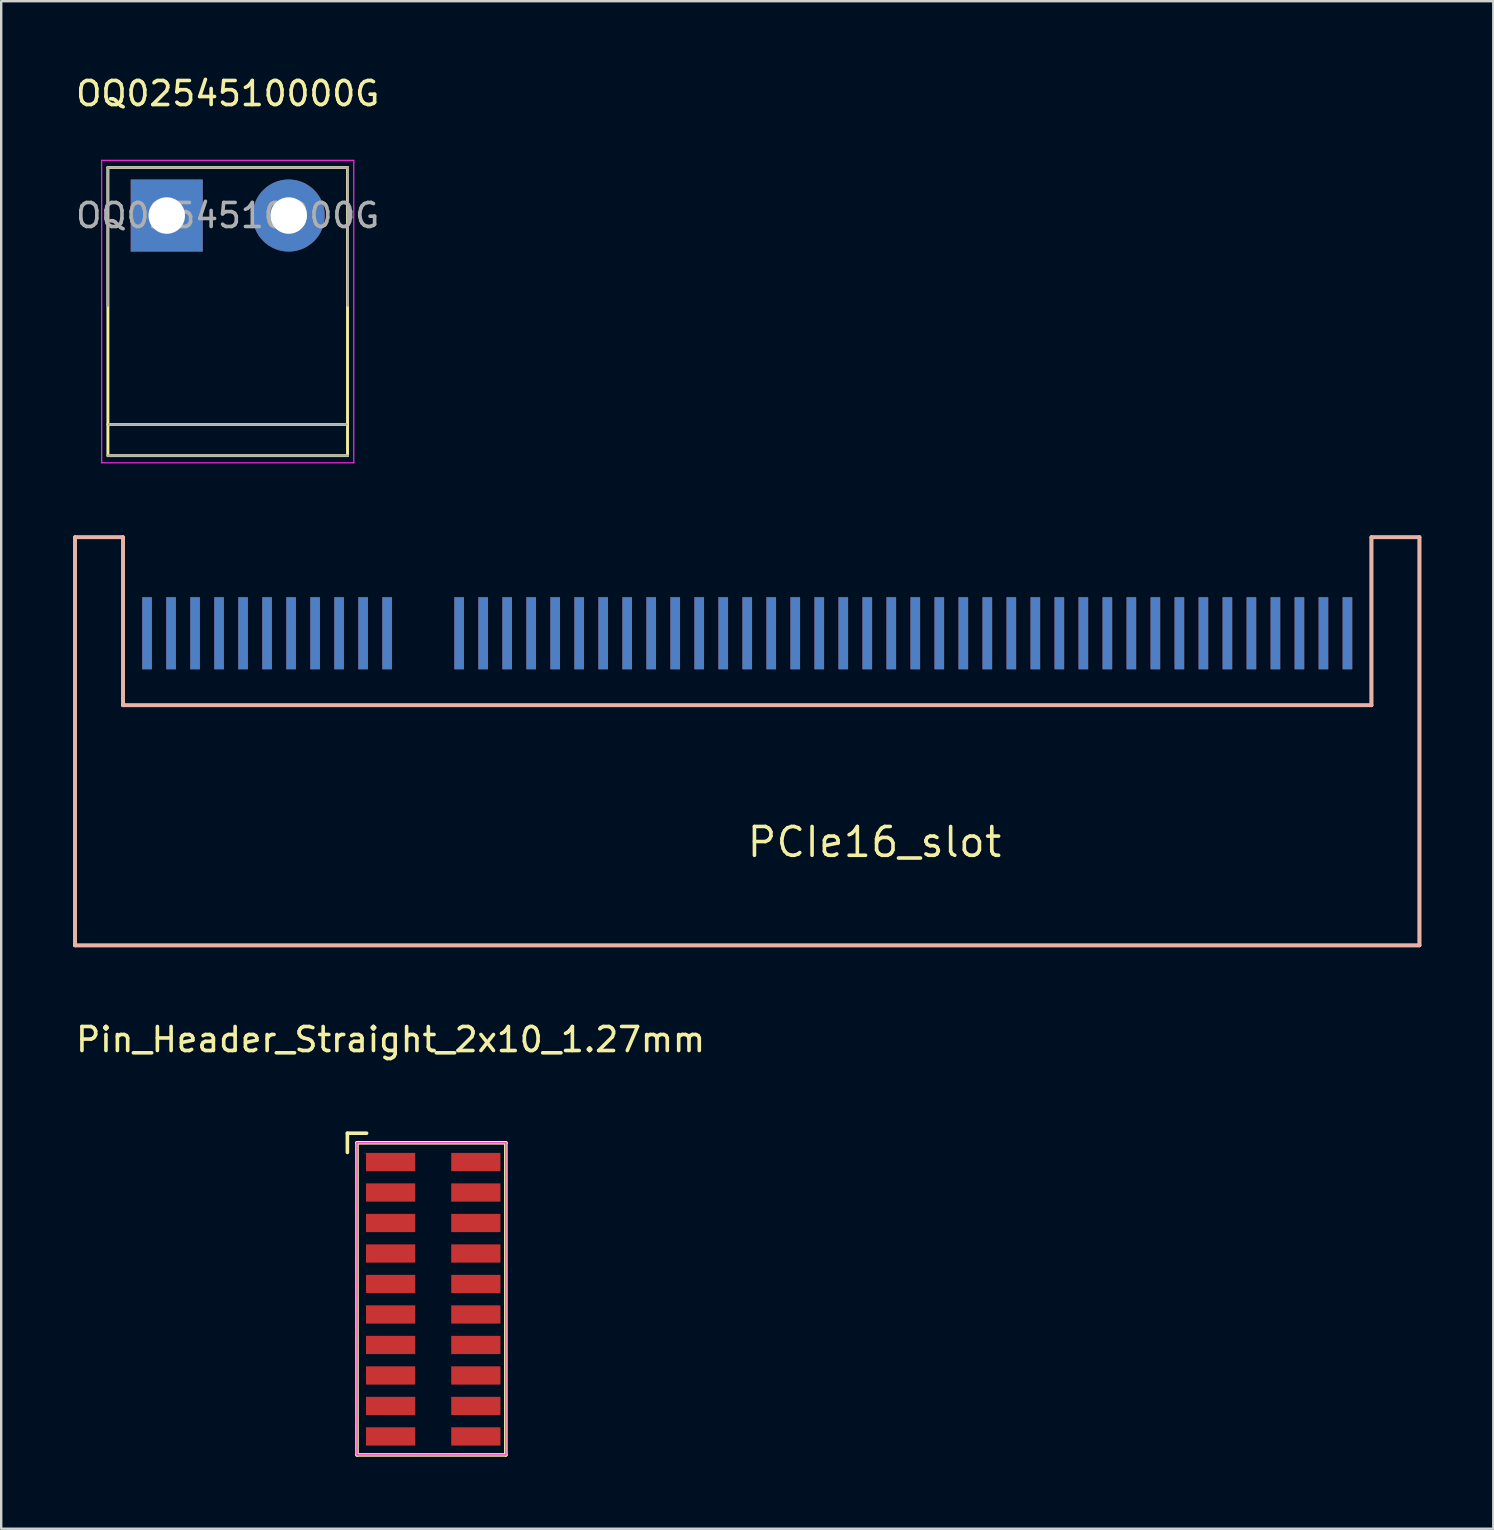
<source format=kicad_pcb>
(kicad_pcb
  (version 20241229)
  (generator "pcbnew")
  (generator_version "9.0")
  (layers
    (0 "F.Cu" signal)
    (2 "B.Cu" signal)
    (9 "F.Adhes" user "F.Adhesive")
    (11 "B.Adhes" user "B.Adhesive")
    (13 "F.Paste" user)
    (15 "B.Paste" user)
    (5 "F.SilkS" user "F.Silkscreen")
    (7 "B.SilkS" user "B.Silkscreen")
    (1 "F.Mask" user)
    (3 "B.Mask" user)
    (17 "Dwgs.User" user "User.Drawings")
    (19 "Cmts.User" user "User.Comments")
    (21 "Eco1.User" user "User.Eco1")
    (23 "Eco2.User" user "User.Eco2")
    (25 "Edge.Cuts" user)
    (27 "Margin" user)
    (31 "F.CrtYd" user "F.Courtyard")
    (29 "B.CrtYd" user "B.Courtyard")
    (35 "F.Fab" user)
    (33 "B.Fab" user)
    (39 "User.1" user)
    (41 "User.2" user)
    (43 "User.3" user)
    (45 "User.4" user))
  (footprint "PCIe16_slot"
    (layer "F.Cu")
    (at 28.075 26.328)
    (property "Reference" "PCIe16_slot" (at 5.3 5.7 0) (layer "F.SilkS") (effects (font (size 1.2 1.2) (thickness 0.15))))
    (attr through_hole)
    (fp_line (start -28 -7) (end -28 10) (stroke (width 0.15) (type solid)) (layer "F.SilkS"))
    (fp_line (start -28 10) (end 28 10) (stroke (width 0.15) (type solid)) (layer "F.SilkS"))
    (fp_line (start -26 -7) (end -28 -7) (stroke (width 0.15) (type solid)) (layer "F.SilkS"))
    (fp_line (start -26 0) (end -26 -7) (stroke (width 0.15) (type solid)) (layer "F.SilkS"))
    (fp_line (start -26 0) (end 26 0) (stroke (width 0.15) (type solid)) (layer "F.SilkS"))
    (fp_line (start 26 -7) (end 26 0) (stroke (width 0.15) (type solid)) (layer "F.SilkS"))
    (fp_line (start 28 -7) (end 26 -7) (stroke (width 0.15) (type solid)) (layer "F.SilkS"))
    (fp_line (start 28 10) (end 28 -7) (stroke (width 0.15) (type solid)) (layer "F.SilkS"))
    (fp_line (start -28 10) (end -28 -7) (stroke (width 0.15) (type solid)) (layer "B.SilkS"))
    (fp_line (start -28 10) (end 28 10) (stroke (width 0.15) (type solid)) (layer "B.SilkS"))
    (fp_line (start -26 -7) (end -28 -7) (stroke (width 0.15) (type solid)) (layer "B.SilkS"))
    (fp_line (start -26 -7) (end -26 0) (stroke (width 0.15) (type solid)) (layer "B.SilkS"))
    (fp_line (start -26 0) (end 26 0) (stroke (width 0.15) (type solid)) (layer "B.SilkS"))
    (fp_line (start 26 0) (end 26 -7) (stroke (width 0.15) (type solid)) (layer "B.SilkS"))
    (fp_line (start 28 -7) (end 26 -7) (stroke (width 0.15) (type solid)) (layer "B.SilkS"))
    (fp_line (start 28 -7) (end 28 10) (stroke (width 0.15) (type solid)) (layer "B.SilkS"))
    (pad "A1" smd rect (at -25 -3) (size 0.4 3) (layers "F.Cu" "F.Mask" "F.Paste"))
    (pad "A2" smd rect (at -24 -3) (size 0.4 3) (layers "F.Cu" "F.Mask" "F.Paste"))
    (pad "A3" smd rect (at -23 -3) (size 0.4 3) (layers "F.Cu" "F.Mask" "F.Paste"))
    (pad "A4" smd rect (at -22 -3) (size 0.4 3) (layers "F.Cu" "F.Mask" "F.Paste"))
    (pad "A5" smd rect (at -21 -3) (size 0.4 3) (layers "F.Cu" "F.Mask" "F.Paste"))
    (pad "A6" smd rect (at -20 -3) (size 0.4 3) (layers "F.Cu" "F.Mask" "F.Paste"))
    (pad "A7" smd rect (at -19 -3) (size 0.4 3) (layers "F.Cu" "F.Mask" "F.Paste"))
    (pad "A8" smd rect (at -18 -3) (size 0.4 3) (layers "F.Cu" "F.Mask" "F.Paste"))
    (pad "A9" smd rect (at -17 -3) (size 0.4 3) (layers "F.Cu" "F.Mask" "F.Paste"))
    (pad "A10" smd rect (at -16 -3) (size 0.4 3) (layers "F.Cu" "F.Mask" "F.Paste"))
    (pad "A11" smd rect (at -15 -3) (size 0.4 3) (layers "F.Cu" "F.Mask" "F.Paste"))
    (pad "A12" smd rect (at -12 -3) (size 0.4 3) (layers "F.Cu" "F.Mask" "F.Paste"))
    (pad "A13" smd rect (at -11 -3) (size 0.4 3) (layers "F.Cu" "F.Mask" "F.Paste"))
    (pad "A14" smd rect (at -10 -3) (size 0.4 3) (layers "F.Cu" "F.Mask" "F.Paste"))
    (pad "A15" smd rect (at -9 -3) (size 0.4 3) (layers "F.Cu" "F.Mask" "F.Paste"))
    (pad "A16" smd rect (at -8 -3) (size 0.4 3) (layers "F.Cu" "F.Mask" "F.Paste"))
    (pad "A17" smd rect (at -7 -3) (size 0.4 3) (layers "F.Cu" "F.Mask" "F.Paste"))
    (pad "A18" smd rect (at -6 -3) (size 0.4 3) (layers "F.Cu" "F.Mask" "F.Paste"))
    (pad "A19" smd rect (at -5 -3) (size 0.4 3) (layers "F.Cu" "F.Mask" "F.Paste"))
    (pad "A20" smd rect (at -4 -3) (size 0.4 3) (layers "F.Cu" "F.Mask" "F.Paste"))
    (pad "A21" smd rect (at -3 -3) (size 0.4 3) (layers "F.Cu" "F.Mask" "F.Paste"))
    (pad "A22" smd rect (at -2 -3) (size 0.4 3) (layers "F.Cu" "F.Mask" "F.Paste"))
    (pad "A23" smd rect (at -1 -3) (size 0.4 3) (layers "F.Cu" "F.Mask" "F.Paste"))
    (pad "A24" smd rect (at 0 -3) (size 0.4 3) (layers "F.Cu" "F.Mask" "F.Paste"))
    (pad "A25" smd rect (at 1 -3) (size 0.4 3) (layers "F.Cu" "F.Mask" "F.Paste"))
    (pad "A26" smd rect (at 2 -3) (size 0.4 3) (layers "F.Cu" "F.Mask" "F.Paste"))
    (pad "A27" smd rect (at 3 -3) (size 0.4 3) (layers "F.Cu" "F.Mask" "F.Paste"))
    (pad "A28" smd rect (at 4 -3) (size 0.4 3) (layers "F.Cu" "F.Mask" "F.Paste"))
    (pad "A29" smd rect (at 5 -3) (size 0.4 3) (layers "F.Cu" "F.Mask" "F.Paste"))
    (pad "A30" smd rect (at 6 -3) (size 0.4 3) (layers "F.Cu" "F.Mask" "F.Paste"))
    (pad "A31" smd rect (at 7 -3) (size 0.4 3) (layers "F.Cu" "F.Mask" "F.Paste"))
    (pad "A32" smd rect (at 8 -3) (size 0.4 3) (layers "F.Cu" "F.Mask" "F.Paste"))
    (pad "A33" smd rect (at 9 -3) (size 0.4 3) (layers "F.Cu" "F.Mask" "F.Paste"))
    (pad "A34" smd rect (at 10 -3) (size 0.4 3) (layers "F.Cu" "F.Mask" "F.Paste"))
    (pad "A35" smd rect (at 11 -3) (size 0.4 3) (layers "F.Cu" "F.Mask" "F.Paste"))
    (pad "A36" smd rect (at 12 -3) (size 0.4 3) (layers "F.Cu" "F.Mask" "F.Paste"))
    (pad "A37" smd rect (at 13 -3) (size 0.4 3) (layers "F.Cu" "F.Mask" "F.Paste"))
    (pad "A38" smd rect (at 14 -3) (size 0.4 3) (layers "F.Cu" "F.Mask" "F.Paste"))
    (pad "A39" smd rect (at 15 -3) (size 0.4 3) (layers "F.Cu" "F.Mask" "F.Paste"))
    (pad "A40" smd rect (at 16 -3) (size 0.4 3) (layers "F.Cu" "F.Mask" "F.Paste"))
    (pad "A41" smd rect (at 17 -3) (size 0.4 3) (layers "F.Cu" "F.Mask" "F.Paste"))
    (pad "A42" smd rect (at 18 -3) (size 0.4 3) (layers "F.Cu" "F.Mask" "F.Paste"))
    (pad "A43" smd rect (at 19 -3) (size 0.4 3) (layers "F.Cu" "F.Mask" "F.Paste"))
    (pad "A44" smd rect (at 20 -3) (size 0.4 3) (layers "F.Cu" "F.Mask" "F.Paste"))
    (pad "A45" smd rect (at 21 -3) (size 0.4 3) (layers "F.Cu" "F.Mask" "F.Paste"))
    (pad "A46" smd rect (at 22 -3) (size 0.4 3) (layers "F.Cu" "F.Mask" "F.Paste"))
    (pad "A47" smd rect (at 23 -3) (size 0.4 3) (layers "F.Cu" "F.Mask" "F.Paste"))
    (pad "A48" smd rect (at 24 -3) (size 0.4 3) (layers "F.Cu" "F.Mask" "F.Paste"))
    (pad "A49" smd rect (at 25 -3) (size 0.4 3) (layers "F.Cu" "F.Mask" "F.Paste"))
    (pad "B1" smd rect (at -25 -3) (size 0.4 3) (layers "B.Cu" "B.Mask" "B.Paste"))
    (pad "B2" smd rect (at -24 -3) (size 0.4 3) (layers "B.Cu" "B.Mask" "B.Paste"))
    (pad "B3" smd rect (at -23 -3) (size 0.4 3) (layers "B.Cu" "B.Mask" "B.Paste"))
    (pad "B4" smd rect (at -22 -3) (size 0.4 3) (layers "B.Cu" "B.Mask" "B.Paste"))
    (pad "B5" smd rect (at -21 -3) (size 0.4 3) (layers "B.Cu" "B.Mask" "B.Paste"))
    (pad "B6" smd rect (at -20 -3) (size 0.4 3) (layers "B.Cu" "B.Mask" "B.Paste"))
    (pad "B7" smd rect (at -19 -3) (size 0.4 3) (layers "B.Cu" "B.Mask" "B.Paste"))
    (pad "B8" smd rect (at -18 -3) (size 0.4 3) (layers "B.Cu" "B.Mask" "B.Paste"))
    (pad "B9" smd rect (at -17 -3) (size 0.4 3) (layers "B.Cu" "B.Mask" "B.Paste"))
    (pad "B10" smd rect (at -16 -3) (size 0.4 3) (layers "B.Cu" "B.Mask" "B.Paste"))
    (pad "B11" smd rect (at -15 -3) (size 0.4 3) (layers "B.Cu" "B.Mask" "B.Paste"))
    (pad "B12" smd rect (at -12 -3) (size 0.4 3) (layers "B.Cu" "B.Mask" "B.Paste"))
    (pad "B13" smd rect (at -11 -3) (size 0.4 3) (layers "B.Cu" "B.Mask" "B.Paste"))
    (pad "B14" smd rect (at -10 -3) (size 0.4 3) (layers "B.Cu" "B.Mask" "B.Paste"))
    (pad "B15" smd rect (at -9 -3) (size 0.4 3) (layers "B.Cu" "B.Mask" "B.Paste"))
    (pad "B16" smd rect (at -8 -3) (size 0.4 3) (layers "B.Cu" "B.Mask" "B.Paste"))
    (pad "B17" smd rect (at -7 -3) (size 0.4 3) (layers "B.Cu" "B.Mask" "B.Paste"))
    (pad "B18" smd rect (at -6 -3) (size 0.4 3) (layers "B.Cu" "B.Mask" "B.Paste"))
    (pad "B19" smd rect (at -5 -3) (size 0.4 3) (layers "B.Cu" "B.Mask" "B.Paste"))
    (pad "B20" smd rect (at -4 -3) (size 0.4 3) (layers "B.Cu" "B.Mask" "B.Paste"))
    (pad "B21" smd rect (at -3 -3) (size 0.4 3) (layers "B.Cu" "B.Mask" "B.Paste"))
    (pad "B22" smd rect (at -2 -3) (size 0.4 3) (layers "B.Cu" "B.Mask" "B.Paste"))
    (pad "B23" smd rect (at -1 -3) (size 0.4 3) (layers "B.Cu" "B.Mask" "B.Paste"))
    (pad "B24" smd rect (at 0 -3) (size 0.4 3) (layers "B.Cu" "B.Mask" "B.Paste"))
    (pad "B25" smd rect (at 1 -3) (size 0.4 3) (layers "B.Cu" "B.Mask" "B.Paste"))
    (pad "B26" smd rect (at 2 -3) (size 0.4 3) (layers "B.Cu" "B.Mask" "B.Paste"))
    (pad "B27" smd rect (at 3 -3) (size 0.4 3) (layers "B.Cu" "B.Mask" "B.Paste"))
    (pad "B28" smd rect (at 4 -3) (size 0.4 3) (layers "B.Cu" "B.Mask" "B.Paste"))
    (pad "B29" smd rect (at 5 -3) (size 0.4 3) (layers "B.Cu" "B.Mask" "B.Paste"))
    (pad "B30" smd rect (at 6 -3) (size 0.4 3) (layers "B.Cu" "B.Mask" "B.Paste"))
    (pad "B31" smd rect (at 7 -3) (size 0.4 3) (layers "B.Cu" "B.Mask" "B.Paste"))
    (pad "B32" smd rect (at 8 -3) (size 0.4 3) (layers "B.Cu" "B.Mask" "B.Paste"))
    (pad "B33" smd rect (at 9 -3) (size 0.4 3) (layers "B.Cu" "B.Mask" "B.Paste"))
    (pad "B34" smd rect (at 10 -3) (size 0.4 3) (layers "B.Cu" "B.Mask" "B.Paste"))
    (pad "B35" smd rect (at 11 -3) (size 0.4 3) (layers "B.Cu" "B.Mask" "B.Paste"))
    (pad "B36" smd rect (at 12 -3) (size 0.4 3) (layers "B.Cu" "B.Mask" "B.Paste"))
    (pad "B37" smd rect (at 13 -3) (size 0.4 3) (layers "B.Cu" "B.Mask" "B.Paste"))
    (pad "B38" smd rect (at 14 -3) (size 0.4 3) (layers "B.Cu" "B.Mask" "B.Paste"))
    (pad "B39" smd rect (at 15 -3) (size 0.4 3) (layers "B.Cu" "B.Mask" "B.Paste"))
    (pad "B40" smd rect (at 16 -3) (size 0.4 3) (layers "B.Cu" "B.Mask" "B.Paste"))
    (pad "B41" smd rect (at 17 -3) (size 0.4 3) (layers "B.Cu" "B.Mask" "B.Paste"))
    (pad "B42" smd rect (at 18 -3) (size 0.4 3) (layers "B.Cu" "B.Mask" "B.Paste"))
    (pad "B43" smd rect (at 19 -3) (size 0.4 3) (layers "B.Cu" "B.Mask" "B.Paste"))
    (pad "B44" smd rect (at 20 -3) (size 0.4 3) (layers "B.Cu" "B.Mask" "B.Paste"))
    (pad "B45" smd rect (at 21 -3) (size 0.4 3) (layers "B.Cu" "B.Mask" "B.Paste"))
    (pad "B46" smd rect (at 22 -3) (size 0.4 3) (layers "B.Cu" "B.Mask" "B.Paste"))
    (pad "B47" smd rect (at 23 -3) (size 0.4 3) (layers "B.Cu" "B.Mask" "B.Paste"))
    (pad "B48" smd rect (at 24 -3) (size 0.4 3) (layers "B.Cu" "B.Mask" "B.Paste"))
    (pad "B49" smd rect (at 25 -3) (size 0.4 3) (layers "B.Cu" "B.Mask" "B.Paste")))
  (footprint "Pin_Header_Straight_2x10_1.27mm"
    (layer "F.Cu")
    (at 13.22 45.352)
    (property "Reference" "Pin_Header_Straight_2x10_1.27mm" (at 0 -5.1 0) (layer "F.SilkS") (effects (font (size 1 1) (thickness 0.15))))
    (attr through_hole)
    (fp_line (start -1.8 -1.2) (end -1.8 -0.4) (stroke (width 0.15) (type solid)) (layer "F.SilkS"))
    (fp_line (start -1.4 -0.8) (end -1.4 12.2) (stroke (width 0.15) (type solid)) (layer "F.SilkS"))
    (fp_line (start -1 -1.2) (end -1.8 -1.2) (stroke (width 0.15) (type solid)) (layer "F.SilkS"))
    (fp_line (start 4.8 -0.8) (end -1.4 -0.8) (stroke (width 0.15) (type solid)) (layer "F.SilkS"))
    (fp_line (start 4.8 12.2) (end -1.4 12.2) (stroke (width 0.15) (type solid)) (layer "F.SilkS"))
    (fp_line (start 4.8 12.2) (end 4.8 -0.8) (stroke (width 0.15) (type solid)) (layer "F.SilkS"))
    (fp_line (start -1.4 -0.8) (end -1.4 12.2) (stroke (width 0.05) (type solid)) (layer "F.CrtYd"))
    (fp_line (start -1.4 -0.8) (end 4.8 -0.8) (stroke (width 0.05) (type solid)) (layer "F.CrtYd"))
    (fp_line (start -1.4 12.2) (end 4.8 12.2) (stroke (width 0.05) (type solid)) (layer "F.CrtYd"))
    (fp_line (start 4.8 -0.8) (end 4.8 12.2) (stroke (width 0.05) (type solid)) (layer "F.CrtYd"))
    (pad "1" smd rect (at 0 0) (size 2.05 0.76) (layers "F.Cu" "F.Mask" "F.Paste"))
    (pad "2" smd rect (at 3.55 0) (size 2.05 0.76) (layers "F.Cu" "F.Mask" "F.Paste"))
    (pad "3" smd rect (at 0 1.27) (size 2.05 0.76) (layers "F.Cu" "F.Mask" "F.Paste"))
    (pad "4" smd rect (at 3.55 1.27) (size 2.05 0.76) (layers "F.Cu" "F.Mask" "F.Paste"))
    (pad "5" smd rect (at 0 2.54) (size 2.05 0.76) (layers "F.Cu" "F.Mask" "F.Paste"))
    (pad "6" smd rect (at 3.55 2.54) (size 2.05 0.76) (layers "F.Cu" "F.Mask" "F.Paste"))
    (pad "7" smd rect (at 0 3.81) (size 2.05 0.76) (layers "F.Cu" "F.Mask" "F.Paste"))
    (pad "8" smd rect (at 3.55 3.81) (size 2.05 0.76) (layers "F.Cu" "F.Mask" "F.Paste"))
    (pad "9" smd rect (at 0 5.08) (size 2.05 0.76) (layers "F.Cu" "F.Mask" "F.Paste"))
    (pad "10" smd rect (at 3.55 5.08) (size 2.05 0.76) (layers "F.Cu" "F.Mask" "F.Paste"))
    (pad "11" smd rect (at 0 6.35) (size 2.05 0.76) (layers "F.Cu" "F.Mask" "F.Paste"))
    (pad "12" smd rect (at 3.55 6.35) (size 2.05 0.76) (layers "F.Cu" "F.Mask" "F.Paste"))
    (pad "13" smd rect (at 0 7.62) (size 2.05 0.76) (layers "F.Cu" "F.Mask" "F.Paste"))
    (pad "14" smd rect (at 3.55 7.62) (size 2.05 0.76) (layers "F.Cu" "F.Mask" "F.Paste"))
    (pad "15" smd rect (at 0 8.89) (size 2.05 0.76) (layers "F.Cu" "F.Mask" "F.Paste"))
    (pad "16" smd rect (at 3.55 8.89) (size 2.05 0.76) (layers "F.Cu" "F.Mask" "F.Paste"))
    (pad "17" smd rect (at 0 10.16) (size 2.05 0.76) (layers "F.Cu" "F.Mask" "F.Paste"))
    (pad "18" smd rect (at 3.55 10.16) (size 2.05 0.76) (layers "F.Cu" "F.Mask" "F.Paste"))
    (pad "19" smd rect (at 0 11.43) (size 2.05 0.76) (layers "F.Cu" "F.Mask" "F.Paste"))
    (pad "20" smd rect (at 3.55 11.43) (size 2.05 0.76) (layers "F.Cu" "F.Mask" "F.Paste")))
  (footprint "OQ0254510000G"
    (layer "F.Cu")
    (at 3.895 5.928)
    (property "Reference" "OQ0254510000G" (at 2.54 -5.08 0) (layer "F.SilkS") (effects (font (size 1 1) (thickness 0.15))))
    (attr through_hole)
    (fp_line (start -2.45 -2) (end -2.45 10) (stroke (width 0.12) (type solid)) (layer "F.SilkS"))
    (fp_line (start -2.45 10) (end 7.53 10) (stroke (width 0.12) (type solid)) (layer "F.SilkS"))
    (fp_line (start 7.53 -2) (end -2.45 -2) (stroke (width 0.12) (type solid)) (layer "F.SilkS"))
    (fp_line (start 7.53 8.7) (end -2.45 8.7) (stroke (width 0.12) (type solid)) (layer "F.SilkS"))
    (fp_line (start 7.53 10) (end 7.53 -2) (stroke (width 0.12) (type solid)) (layer "F.SilkS"))
    (fp_line (start -2.71 -2.3) (end -2.71 10.3) (stroke (width 0.05) (type solid)) (layer "F.CrtYd"))
    (fp_line (start -2.71 -2.3) (end 7.79 -2.3) (stroke (width 0.05) (type solid)) (layer "F.CrtYd"))
    (fp_line (start 7.79 10.3) (end -2.71 10.3) (stroke (width 0.05) (type solid)) (layer "F.CrtYd"))
    (fp_line (start 7.79 10.3) (end 7.79 -2.3) (stroke (width 0.05) (type solid)) (layer "F.CrtYd"))
    (fp_line (start -2.46 -2) (end -2.46 3.75) (stroke (width 0.1) (type solid)) (layer "F.Fab"))
    (fp_line (start -2.46 10) (end 7.54 10) (stroke (width 0.1) (type solid)) (layer "F.Fab"))
    (fp_line (start -2.41 8.7) (end 7.49 8.7) (stroke (width 0.1) (type solid)) (layer "F.Fab"))
    (fp_line (start 7.54 -2) (end -2.46 -2) (stroke (width 0.1) (type solid)) (layer "F.Fab"))
    (fp_line (start 7.54 3.75) (end 7.54 -2) (stroke (width 0.1) (type solid)) (layer "F.Fab"))
    (fp_text user "${REFERENCE}" (at 2.54 0 0) (layer "F.Fab") (effects (font (size 1 1) (thickness 0.15))))
    (pad "1" thru_hole rect (at 0 0) (size 3 3) (drill 1.52) (layers "*.Cu" "*.Mask"))
    (pad "2" thru_hole circle (at 5.08 0) (size 3 3) (drill 1.52) (layers "*.Cu" "*.Mask")))
  (gr_rect
    (start -3 -3)
    (end 59.15 60.627)
    (stroke (width 0.1) (type default))
    (fill no)
    (layer "Edge.Cuts")))
</source>
